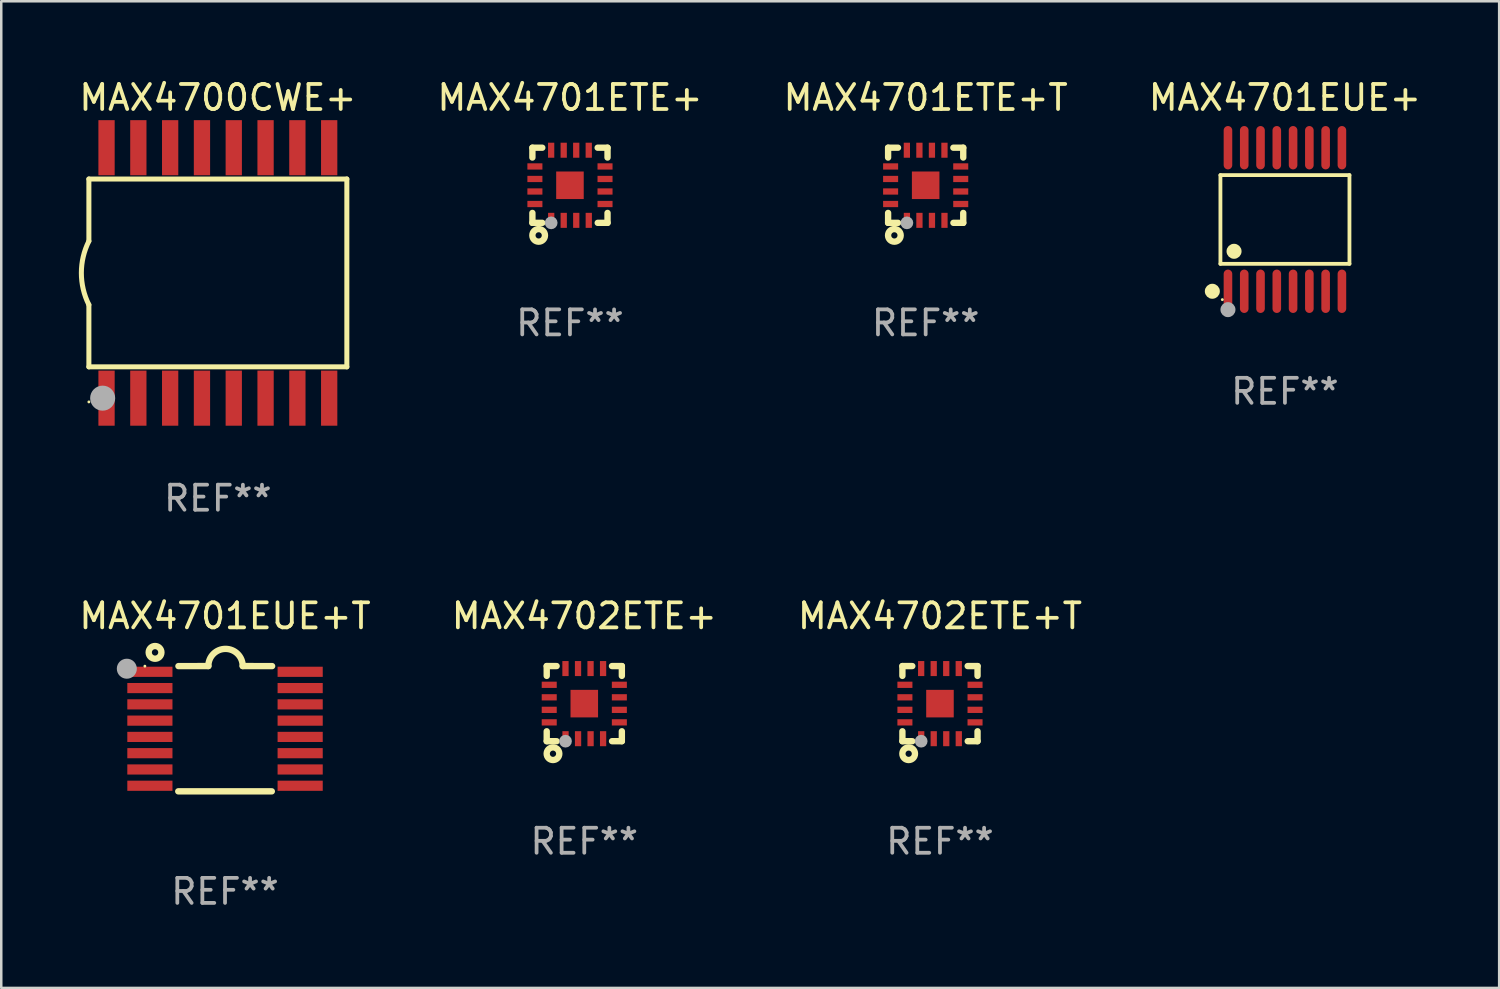
<source format=kicad_pcb>
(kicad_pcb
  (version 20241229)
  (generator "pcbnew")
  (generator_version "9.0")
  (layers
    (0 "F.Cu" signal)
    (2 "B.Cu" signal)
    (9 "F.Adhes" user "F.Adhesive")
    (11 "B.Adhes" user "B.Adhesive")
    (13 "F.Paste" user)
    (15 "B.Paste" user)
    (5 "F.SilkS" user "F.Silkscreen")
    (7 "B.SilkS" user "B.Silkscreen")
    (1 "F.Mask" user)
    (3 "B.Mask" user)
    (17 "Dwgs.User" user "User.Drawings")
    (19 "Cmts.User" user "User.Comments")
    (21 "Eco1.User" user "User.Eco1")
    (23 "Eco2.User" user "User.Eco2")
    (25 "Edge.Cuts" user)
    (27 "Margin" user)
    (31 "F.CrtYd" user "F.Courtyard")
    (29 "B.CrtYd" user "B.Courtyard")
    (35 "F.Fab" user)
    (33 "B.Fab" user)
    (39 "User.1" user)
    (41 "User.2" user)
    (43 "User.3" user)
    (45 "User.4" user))
  (footprint "MAX4701ETE+"
    (layer "F.Cu")
    (at 19.708 4.348)
    (property "Reference" "MAX4701ETE+" (at 0 -3.5 0) (layer "F.SilkS") (effects (font (size 1 1) (thickness 0.15))))
    (attr through_hole)
    (fp_line (start -1.5 -1.5) (end -1.5 -1.108) (stroke (width 0.254) (type solid)) (layer "F.SilkS"))
    (fp_line (start -1.5 -1.5) (end -1.105 -1.5) (stroke (width 0.254) (type solid)) (layer "F.SilkS"))
    (fp_line (start -1.5 1.104) (end -1.5 1.5) (stroke (width 0.254) (type solid)) (layer "F.SilkS"))
    (fp_line (start -1.5 1.5) (end -1.105 1.5) (stroke (width 0.254) (type solid)) (layer "F.SilkS"))
    (fp_line (start 1.106 -1.5) (end 1.5 -1.5) (stroke (width 0.254) (type solid)) (layer "F.SilkS"))
    (fp_line (start 1.108 1.5) (end 1.5 1.5) (stroke (width 0.254) (type solid)) (layer "F.SilkS"))
    (fp_line (start 1.5 -1.108) (end 1.5 -1.5) (stroke (width 0.254) (type solid)) (layer "F.SilkS"))
    (fp_line (start 1.5 1.5) (end 1.5 1.104) (stroke (width 0.254) (type solid)) (layer "F.SilkS"))
    (fp_circle (center -1.5 1.5) (end -1.47 1.5) (stroke (width 0.06) (type solid)) (fill no) (layer "F.SilkS"))
    (fp_circle (center -1.25 2) (end -1.125 2) (stroke (width 0.254) (type solid)) (fill no) (layer "F.SilkS"))
    (fp_circle (center -0.75 1.5) (end -0.623 1.5) (stroke (width 0.254) (type solid)) (fill no) (layer "F.Fab"))
    (fp_text user "REF**" (at 0 5.5 0) (layer "F.Fab") (effects (font (size 1 1) (thickness 0.15))))
    (pad "1" smd rect (at -0.749 1.4 180) (size 0.25 0.6) (layers "F.Cu" "F.Mask" "F.Paste"))
    (pad "2" smd rect (at -0.249 1.4 180) (size 0.25 0.6) (layers "F.Cu" "F.Mask" "F.Paste"))
    (pad "3" smd rect (at 0.251 1.4 180) (size 0.25 0.6) (layers "F.Cu" "F.Mask" "F.Paste"))
    (pad "4" smd rect (at 0.751 1.4 180) (size 0.25 0.6) (layers "F.Cu" "F.Mask" "F.Paste"))
    (pad "5" smd rect (at 1.4 0.748 270) (size 0.25 0.6) (layers "F.Cu" "F.Mask" "F.Paste"))
    (pad "6" smd rect (at 1.4 0.248 270) (size 0.25 0.6) (layers "F.Cu" "F.Mask" "F.Paste"))
    (pad "7" smd rect (at 1.4 -0.252 270) (size 0.25 0.6) (layers "F.Cu" "F.Mask" "F.Paste"))
    (pad "8" smd rect (at 1.4 -0.752 270) (size 0.25 0.6) (layers "F.Cu" "F.Mask" "F.Paste"))
    (pad "9" smd rect (at 0.75 -1.4) (size 0.25 0.6) (layers "F.Cu" "F.Mask" "F.Paste"))
    (pad "10" smd rect (at 0.25 -1.4) (size 0.25 0.6) (layers "F.Cu" "F.Mask" "F.Paste"))
    (pad "11" smd rect (at -0.25 -1.4) (size 0.25 0.6) (layers "F.Cu" "F.Mask" "F.Paste"))
    (pad "12" smd rect (at -0.751 -1.4) (size 0.25 0.6) (layers "F.Cu" "F.Mask" "F.Paste"))
    (pad "13" smd rect (at -1.4 -0.752 90) (size 0.25 0.6) (layers "F.Cu" "F.Mask" "F.Paste"))
    (pad "14" smd rect (at -1.4 -0.252 90) (size 0.25 0.6) (layers "F.Cu" "F.Mask" "F.Paste"))
    (pad "15" smd rect (at -1.4 0.248 90) (size 0.25 0.6) (layers "F.Cu" "F.Mask" "F.Paste"))
    (pad "16" smd rect (at -1.4 0.748 90) (size 0.25 0.6) (layers "F.Cu" "F.Mask" "F.Paste"))
    (pad "17" smd rect (at -0.000241 0.000013 90) (size 1.1 1.1) (layers "F.Cu" "F.Mask" "F.Paste")))
  (footprint "MAX4700CWE+"
    (layer "F.Cu")
    (at 5.649 7.848)
    (property "Reference" "MAX4700CWE+" (at 0 -7 0) (layer "F.SilkS") (effects (font (size 1 1) (thickness 0.15))))
    (attr through_hole)
    (fp_line (start -5.15 -3.75) (end -5.15 -1.27) (stroke (width 0.2) (type solid)) (layer "F.SilkS"))
    (fp_line (start -5.15 -3.75) (end 5.15 -3.75) (stroke (width 0.2) (type solid)) (layer "F.SilkS"))
    (fp_line (start -5.15 3.75) (end -5.15 1.27) (stroke (width 0.2) (type solid)) (layer "F.SilkS"))
    (fp_line (start 5.15 -3.75) (end 5.15 3.75) (stroke (width 0.2) (type solid)) (layer "F.SilkS"))
    (fp_line (start 5.15 3.75) (end -5.15 3.75) (stroke (width 0.2) (type solid)) (layer "F.SilkS"))
    (fp_arc (start -5.151131 1.270003) (mid -5.450556 -0.000132) (end -5.150013 -1.270003) (stroke (width 0.2) (type solid)) (layer "F.SilkS"))
    (fp_circle (center -5.15 5.15) (end -5.12 5.15) (stroke (width 0.06) (type solid)) (fill no) (layer "F.SilkS"))
    (fp_circle (center -4.6 5) (end -4.35 5) (stroke (width 0.5) (type solid)) (fill no) (layer "F.Fab"))
    (fp_text user "REF**" (at 0 9 0) (layer "F.Fab") (effects (font (size 1 1) (thickness 0.15))))
    (pad "1" smd rect (at -4.445 5) (size 0.65 2.2) (layers "F.Cu" "F.Mask" "F.Paste"))
    (pad "2" smd rect (at -3.175 5) (size 0.65 2.2) (layers "F.Cu" "F.Mask" "F.Paste"))
    (pad "3" smd rect (at -1.905 5) (size 0.65 2.2) (layers "F.Cu" "F.Mask" "F.Paste"))
    (pad "4" smd rect (at -0.635 5) (size 0.65 2.2) (layers "F.Cu" "F.Mask" "F.Paste"))
    (pad "5" smd rect (at 0.635 5) (size 0.65 2.2) (layers "F.Cu" "F.Mask" "F.Paste"))
    (pad "6" smd rect (at 1.905 5) (size 0.65 2.2) (layers "F.Cu" "F.Mask" "F.Paste"))
    (pad "7" smd rect (at 3.175 5) (size 0.65 2.2) (layers "F.Cu" "F.Mask" "F.Paste"))
    (pad "8" smd rect (at 4.445 5) (size 0.65 2.2) (layers "F.Cu" "F.Mask" "F.Paste"))
    (pad "9" smd rect (at 4.445 -5) (size 0.65 2.2) (layers "F.Cu" "F.Mask" "F.Paste"))
    (pad "10" smd rect (at 3.175 -5) (size 0.65 2.2) (layers "F.Cu" "F.Mask" "F.Paste"))
    (pad "11" smd rect (at 1.905 -5) (size 0.65 2.2) (layers "F.Cu" "F.Mask" "F.Paste"))
    (pad "12" smd rect (at 0.635 -5) (size 0.65 2.2) (layers "F.Cu" "F.Mask" "F.Paste"))
    (pad "13" smd rect (at -0.635 -5) (size 0.65 2.2) (layers "F.Cu" "F.Mask" "F.Paste"))
    (pad "14" smd rect (at -1.905 -5) (size 0.65 2.2) (layers "F.Cu" "F.Mask" "F.Paste"))
    (pad "15" smd rect (at -3.175 -5) (size 0.65 2.2) (layers "F.Cu" "F.Mask" "F.Paste"))
    (pad "16" smd rect (at -4.445 -5) (size 0.65 2.2) (layers "F.Cu" "F.Mask" "F.Paste")))
  (footprint "MAX4701EUE+"
    (layer "F.Cu")
    (at 48.256 5.714)
    (property "Reference" "MAX4701EUE+" (at 0 -4.866 0) (layer "F.SilkS") (effects (font (size 1 1) (thickness 0.15))))
    (attr through_hole)
    (fp_line (start -2.576 -1.772) (end 2.576 -1.772) (stroke (width 0.152) (type solid)) (layer "F.SilkS"))
    (fp_line (start -2.576 1.771) (end -2.576 -1.772) (stroke (width 0.152) (type solid)) (layer "F.SilkS"))
    (fp_line (start 2.576 -1.772) (end 2.576 1.771) (stroke (width 0.152) (type solid)) (layer "F.SilkS"))
    (fp_line (start 2.576 1.771) (end -2.576 1.771) (stroke (width 0.152) (type solid)) (layer "F.SilkS"))
    (fp_circle (center -2.899 2.866) (end -2.749 2.866) (stroke (width 0.3) (type solid)) (fill no) (layer "F.SilkS"))
    (fp_circle (center -2.5 3.2) (end -2.47 3.2) (stroke (width 0.06) (type solid)) (fill no) (layer "F.SilkS"))
    (fp_circle (center -2.032 1.27) (end -1.882 1.27) (stroke (width 0.3) (type solid)) (fill no) (layer "F.SilkS"))
    (fp_circle (center -2.275 3.6) (end -2.125 3.6) (stroke (width 0.3) (type solid)) (fill no) (layer "F.Fab"))
    (fp_text user "REF**" (at 0 6.866 0) (layer "F.Fab") (effects (font (size 1 1) (thickness 0.15))))
    (pad "1" smd oval (at -2.275 2.866) (size 0.343 1.731) (layers "F.Cu" "F.Mask" "F.Paste"))
    (pad "2" smd oval (at -1.625 2.866) (size 0.343 1.731) (layers "F.Cu" "F.Mask" "F.Paste"))
    (pad "3" smd oval (at -0.975 2.866) (size 0.343 1.731) (layers "F.Cu" "F.Mask" "F.Paste"))
    (pad "4" smd oval (at -0.325 2.866) (size 0.343 1.731) (layers "F.Cu" "F.Mask" "F.Paste"))
    (pad "5" smd oval (at 0.325 2.866) (size 0.343 1.731) (layers "F.Cu" "F.Mask" "F.Paste"))
    (pad "6" smd oval (at 0.975 2.866) (size 0.343 1.731) (layers "F.Cu" "F.Mask" "F.Paste"))
    (pad "7" smd oval (at 1.625 2.866) (size 0.343 1.731) (layers "F.Cu" "F.Mask" "F.Paste"))
    (pad "8" smd oval (at 2.275 2.866) (size 0.343 1.731) (layers "F.Cu" "F.Mask" "F.Paste"))
    (pad "9" smd oval (at 2.275 -2.866) (size 0.343 1.731) (layers "F.Cu" "F.Mask" "F.Paste"))
    (pad "10" smd oval (at 1.625 -2.866) (size 0.343 1.731) (layers "F.Cu" "F.Mask" "F.Paste"))
    (pad "11" smd oval (at 0.975 -2.866) (size 0.343 1.731) (layers "F.Cu" "F.Mask" "F.Paste"))
    (pad "12" smd oval (at 0.325 -2.866) (size 0.343 1.731) (layers "F.Cu" "F.Mask" "F.Paste"))
    (pad "13" smd oval (at -0.325 -2.866) (size 0.343 1.731) (layers "F.Cu" "F.Mask" "F.Paste"))
    (pad "14" smd oval (at -0.975 -2.866) (size 0.343 1.731) (layers "F.Cu" "F.Mask" "F.Paste"))
    (pad "15" smd oval (at -1.625 -2.866) (size 0.343 1.731) (layers "F.Cu" "F.Mask" "F.Paste"))
    (pad "16" smd oval (at -2.275 -2.866) (size 0.343 1.731) (layers "F.Cu" "F.Mask" "F.Paste")))
  (footprint "MAX4701EUE+T"
    (layer "F.Cu")
    (at 5.935 26.046)
    (property "Reference" "MAX4701EUE+T" (at 0 -4.501 0) (layer "F.SilkS") (effects (font (size 1 1) (thickness 0.15))))
    (attr through_hole)
    (fp_line (start -1.868 2.501) (end 1.868 2.501) (stroke (width 0.254) (type solid)) (layer "F.SilkS"))
    (fp_line (start -1.86 -2.499) (end -0.666 -2.501) (stroke (width 0.254) (type solid)) (layer "F.SilkS"))
    (fp_line (start 0.706 -2.501) (end 1.88 -2.499) (stroke (width 0.254) (type solid)) (layer "F.SilkS"))
    (fp_arc (start -0.665914 -2.501448) (mid 0.019888 -3.18725) (end 0.70569 -2.501448) (stroke (width 0.254001) (type solid)) (layer "F.SilkS"))
    (fp_circle (center -3.2 -2.497) (end -3.17 -2.497) (stroke (width 0.06) (type solid)) (fill no) (layer "F.SilkS"))
    (fp_circle (center -2.794 -3.047) (end -2.54 -3.047) (stroke (width 0.254) (type solid)) (fill no) (layer "F.SilkS"))
    (fp_circle (center -3.921 -2.395) (end -3.721 -2.395) (stroke (width 0.4) (type solid)) (fill no) (layer "F.Fab"))
    (fp_text user "REF**" (at 0 6.501 0) (layer "F.Fab") (effects (font (size 1 1) (thickness 0.15))))
    (pad "1" smd rect (at -3 -2.272) (size 1.803 0.406) (layers "F.Cu" "F.Mask" "F.Paste"))
    (pad "2" smd rect (at -3 -1.622) (size 1.803 0.406) (layers "F.Cu" "F.Mask" "F.Paste"))
    (pad "3" smd rect (at -3 -0.972) (size 1.803 0.406) (layers "F.Cu" "F.Mask" "F.Paste"))
    (pad "4" smd rect (at -3 -0.322) (size 1.803 0.406) (layers "F.Cu" "F.Mask" "F.Paste"))
    (pad "5" smd rect (at -3 0.328) (size 1.803 0.406) (layers "F.Cu" "F.Mask" "F.Paste"))
    (pad "6" smd rect (at -3 0.978) (size 1.803 0.406) (layers "F.Cu" "F.Mask" "F.Paste"))
    (pad "7" smd rect (at -3 1.628) (size 1.803 0.406) (layers "F.Cu" "F.Mask" "F.Paste"))
    (pad "8" smd rect (at -3 2.278) (size 1.803 0.406) (layers "F.Cu" "F.Mask" "F.Paste"))
    (pad "9" smd rect (at 3 2.278) (size 1.803 0.406) (layers "F.Cu" "F.Mask" "F.Paste"))
    (pad "10" smd rect (at 3 1.628) (size 1.803 0.406) (layers "F.Cu" "F.Mask" "F.Paste"))
    (pad "11" smd rect (at 3 0.978) (size 1.803 0.406) (layers "F.Cu" "F.Mask" "F.Paste"))
    (pad "12" smd rect (at 3 0.328) (size 1.803 0.406) (layers "F.Cu" "F.Mask" "F.Paste"))
    (pad "13" smd rect (at 3 -0.322) (size 1.803 0.406) (layers "F.Cu" "F.Mask" "F.Paste"))
    (pad "14" smd rect (at 3 -0.972) (size 1.803 0.406) (layers "F.Cu" "F.Mask" "F.Paste"))
    (pad "15" smd rect (at 3 -1.622) (size 1.803 0.406) (layers "F.Cu" "F.Mask" "F.Paste"))
    (pad "16" smd rect (at 3 -2.272) (size 1.803 0.406) (layers "F.Cu" "F.Mask" "F.Paste")))
  (footprint "MAX4702ETE+T"
    (layer "F.Cu")
    (at 34.482 25.045)
    (property "Reference" "MAX4702ETE+T" (at 0 -3.5 0) (layer "F.SilkS") (effects (font (size 1 1) (thickness 0.15))))
    (attr through_hole)
    (fp_line (start -1.5 -1.5) (end -1.5 -1.108) (stroke (width 0.254) (type solid)) (layer "F.SilkS"))
    (fp_line (start -1.5 -1.5) (end -1.105 -1.5) (stroke (width 0.254) (type solid)) (layer "F.SilkS"))
    (fp_line (start -1.5 1.104) (end -1.5 1.5) (stroke (width 0.254) (type solid)) (layer "F.SilkS"))
    (fp_line (start -1.5 1.5) (end -1.105 1.5) (stroke (width 0.254) (type solid)) (layer "F.SilkS"))
    (fp_line (start 1.106 -1.5) (end 1.5 -1.5) (stroke (width 0.254) (type solid)) (layer "F.SilkS"))
    (fp_line (start 1.108 1.5) (end 1.5 1.5) (stroke (width 0.254) (type solid)) (layer "F.SilkS"))
    (fp_line (start 1.5 -1.108) (end 1.5 -1.5) (stroke (width 0.254) (type solid)) (layer "F.SilkS"))
    (fp_line (start 1.5 1.5) (end 1.5 1.104) (stroke (width 0.254) (type solid)) (layer "F.SilkS"))
    (fp_circle (center -1.5 1.5) (end -1.47 1.5) (stroke (width 0.06) (type solid)) (fill no) (layer "F.SilkS"))
    (fp_circle (center -1.25 2) (end -1.125 2) (stroke (width 0.254) (type solid)) (fill no) (layer "F.SilkS"))
    (fp_circle (center -0.75 1.5) (end -0.623 1.5) (stroke (width 0.254) (type solid)) (fill no) (layer "F.Fab"))
    (fp_text user "REF**" (at 0 5.5 0) (layer "F.Fab") (effects (font (size 1 1) (thickness 0.15))))
    (pad "1" smd rect (at -0.749 1.4 180) (size 0.25 0.6) (layers "F.Cu" "F.Mask" "F.Paste"))
    (pad "2" smd rect (at -0.249 1.4 180) (size 0.25 0.6) (layers "F.Cu" "F.Mask" "F.Paste"))
    (pad "3" smd rect (at 0.251 1.4 180) (size 0.25 0.6) (layers "F.Cu" "F.Mask" "F.Paste"))
    (pad "4" smd rect (at 0.751 1.4 180) (size 0.25 0.6) (layers "F.Cu" "F.Mask" "F.Paste"))
    (pad "5" smd rect (at 1.4 0.748 270) (size 0.25 0.6) (layers "F.Cu" "F.Mask" "F.Paste"))
    (pad "6" smd rect (at 1.4 0.248 270) (size 0.25 0.6) (layers "F.Cu" "F.Mask" "F.Paste"))
    (pad "7" smd rect (at 1.4 -0.252 270) (size 0.25 0.6) (layers "F.Cu" "F.Mask" "F.Paste"))
    (pad "8" smd rect (at 1.4 -0.752 270) (size 0.25 0.6) (layers "F.Cu" "F.Mask" "F.Paste"))
    (pad "9" smd rect (at 0.75 -1.4) (size 0.25 0.6) (layers "F.Cu" "F.Mask" "F.Paste"))
    (pad "10" smd rect (at 0.25 -1.4) (size 0.25 0.6) (layers "F.Cu" "F.Mask" "F.Paste"))
    (pad "11" smd rect (at -0.25 -1.4) (size 0.25 0.6) (layers "F.Cu" "F.Mask" "F.Paste"))
    (pad "12" smd rect (at -0.751 -1.4) (size 0.25 0.6) (layers "F.Cu" "F.Mask" "F.Paste"))
    (pad "13" smd rect (at -1.4 -0.752 90) (size 0.25 0.6) (layers "F.Cu" "F.Mask" "F.Paste"))
    (pad "14" smd rect (at -1.4 -0.252 90) (size 0.25 0.6) (layers "F.Cu" "F.Mask" "F.Paste"))
    (pad "15" smd rect (at -1.4 0.248 90) (size 0.25 0.6) (layers "F.Cu" "F.Mask" "F.Paste"))
    (pad "16" smd rect (at -1.4 0.748 90) (size 0.25 0.6) (layers "F.Cu" "F.Mask" "F.Paste"))
    (pad "17" smd rect (at -0.000241 0.000013 90) (size 1.1 1.1) (layers "F.Cu" "F.Mask" "F.Paste")))
  (footprint "MAX4702ETE+"
    (layer "F.Cu")
    (at 20.28 25.045)
    (property "Reference" "MAX4702ETE+" (at 0 -3.5 0) (layer "F.SilkS") (effects (font (size 1 1) (thickness 0.15))))
    (attr through_hole)
    (fp_line (start -1.5 -1.5) (end -1.5 -1.108) (stroke (width 0.254) (type solid)) (layer "F.SilkS"))
    (fp_line (start -1.5 -1.5) (end -1.105 -1.5) (stroke (width 0.254) (type solid)) (layer "F.SilkS"))
    (fp_line (start -1.5 1.104) (end -1.5 1.5) (stroke (width 0.254) (type solid)) (layer "F.SilkS"))
    (fp_line (start -1.5 1.5) (end -1.105 1.5) (stroke (width 0.254) (type solid)) (layer "F.SilkS"))
    (fp_line (start 1.106 -1.5) (end 1.5 -1.5) (stroke (width 0.254) (type solid)) (layer "F.SilkS"))
    (fp_line (start 1.108 1.5) (end 1.5 1.5) (stroke (width 0.254) (type solid)) (layer "F.SilkS"))
    (fp_line (start 1.5 -1.108) (end 1.5 -1.5) (stroke (width 0.254) (type solid)) (layer "F.SilkS"))
    (fp_line (start 1.5 1.5) (end 1.5 1.104) (stroke (width 0.254) (type solid)) (layer "F.SilkS"))
    (fp_circle (center -1.5 1.5) (end -1.47 1.5) (stroke (width 0.06) (type solid)) (fill no) (layer "F.SilkS"))
    (fp_circle (center -1.25 2) (end -1.125 2) (stroke (width 0.254) (type solid)) (fill no) (layer "F.SilkS"))
    (fp_circle (center -0.75 1.5) (end -0.623 1.5) (stroke (width 0.254) (type solid)) (fill no) (layer "F.Fab"))
    (fp_text user "REF**" (at 0 5.5 0) (layer "F.Fab") (effects (font (size 1 1) (thickness 0.15))))
    (pad "1" smd rect (at -0.749 1.4 180) (size 0.25 0.6) (layers "F.Cu" "F.Mask" "F.Paste"))
    (pad "2" smd rect (at -0.249 1.4 180) (size 0.25 0.6) (layers "F.Cu" "F.Mask" "F.Paste"))
    (pad "3" smd rect (at 0.251 1.4 180) (size 0.25 0.6) (layers "F.Cu" "F.Mask" "F.Paste"))
    (pad "4" smd rect (at 0.751 1.4 180) (size 0.25 0.6) (layers "F.Cu" "F.Mask" "F.Paste"))
    (pad "5" smd rect (at 1.4 0.748 270) (size 0.25 0.6) (layers "F.Cu" "F.Mask" "F.Paste"))
    (pad "6" smd rect (at 1.4 0.248 270) (size 0.25 0.6) (layers "F.Cu" "F.Mask" "F.Paste"))
    (pad "7" smd rect (at 1.4 -0.252 270) (size 0.25 0.6) (layers "F.Cu" "F.Mask" "F.Paste"))
    (pad "8" smd rect (at 1.4 -0.752 270) (size 0.25 0.6) (layers "F.Cu" "F.Mask" "F.Paste"))
    (pad "9" smd rect (at 0.75 -1.4) (size 0.25 0.6) (layers "F.Cu" "F.Mask" "F.Paste"))
    (pad "10" smd rect (at 0.25 -1.4) (size 0.25 0.6) (layers "F.Cu" "F.Mask" "F.Paste"))
    (pad "11" smd rect (at -0.25 -1.4) (size 0.25 0.6) (layers "F.Cu" "F.Mask" "F.Paste"))
    (pad "12" smd rect (at -0.751 -1.4) (size 0.25 0.6) (layers "F.Cu" "F.Mask" "F.Paste"))
    (pad "13" smd rect (at -1.4 -0.752 90) (size 0.25 0.6) (layers "F.Cu" "F.Mask" "F.Paste"))
    (pad "14" smd rect (at -1.4 -0.252 90) (size 0.25 0.6) (layers "F.Cu" "F.Mask" "F.Paste"))
    (pad "15" smd rect (at -1.4 0.248 90) (size 0.25 0.6) (layers "F.Cu" "F.Mask" "F.Paste"))
    (pad "16" smd rect (at -1.4 0.748 90) (size 0.25 0.6) (layers "F.Cu" "F.Mask" "F.Paste"))
    (pad "17" smd rect (at -0.000241 0.000013 90) (size 1.1 1.1) (layers "F.Cu" "F.Mask" "F.Paste")))
  (footprint "MAX4701ETE+T"
    (layer "F.Cu")
    (at 33.911 4.348)
    (property "Reference" "MAX4701ETE+T" (at 0 -3.5 0) (layer "F.SilkS") (effects (font (size 1 1) (thickness 0.15))))
    (attr through_hole)
    (fp_line (start -1.5 -1.5) (end -1.5 -1.108) (stroke (width 0.254) (type solid)) (layer "F.SilkS"))
    (fp_line (start -1.5 -1.5) (end -1.105 -1.5) (stroke (width 0.254) (type solid)) (layer "F.SilkS"))
    (fp_line (start -1.5 1.104) (end -1.5 1.5) (stroke (width 0.254) (type solid)) (layer "F.SilkS"))
    (fp_line (start -1.5 1.5) (end -1.105 1.5) (stroke (width 0.254) (type solid)) (layer "F.SilkS"))
    (fp_line (start 1.106 -1.5) (end 1.5 -1.5) (stroke (width 0.254) (type solid)) (layer "F.SilkS"))
    (fp_line (start 1.108 1.5) (end 1.5 1.5) (stroke (width 0.254) (type solid)) (layer "F.SilkS"))
    (fp_line (start 1.5 -1.108) (end 1.5 -1.5) (stroke (width 0.254) (type solid)) (layer "F.SilkS"))
    (fp_line (start 1.5 1.5) (end 1.5 1.104) (stroke (width 0.254) (type solid)) (layer "F.SilkS"))
    (fp_circle (center -1.5 1.5) (end -1.47 1.5) (stroke (width 0.06) (type solid)) (fill no) (layer "F.SilkS"))
    (fp_circle (center -1.25 2) (end -1.125 2) (stroke (width 0.254) (type solid)) (fill no) (layer "F.SilkS"))
    (fp_circle (center -0.75 1.5) (end -0.623 1.5) (stroke (width 0.254) (type solid)) (fill no) (layer "F.Fab"))
    (fp_text user "REF**" (at 0 5.5 0) (layer "F.Fab") (effects (font (size 1 1) (thickness 0.15))))
    (pad "1" smd rect (at -0.749 1.4 180) (size 0.25 0.6) (layers "F.Cu" "F.Mask" "F.Paste"))
    (pad "2" smd rect (at -0.249 1.4 180) (size 0.25 0.6) (layers "F.Cu" "F.Mask" "F.Paste"))
    (pad "3" smd rect (at 0.251 1.4 180) (size 0.25 0.6) (layers "F.Cu" "F.Mask" "F.Paste"))
    (pad "4" smd rect (at 0.751 1.4 180) (size 0.25 0.6) (layers "F.Cu" "F.Mask" "F.Paste"))
    (pad "5" smd rect (at 1.4 0.748 270) (size 0.25 0.6) (layers "F.Cu" "F.Mask" "F.Paste"))
    (pad "6" smd rect (at 1.4 0.248 270) (size 0.25 0.6) (layers "F.Cu" "F.Mask" "F.Paste"))
    (pad "7" smd rect (at 1.4 -0.252 270) (size 0.25 0.6) (layers "F.Cu" "F.Mask" "F.Paste"))
    (pad "8" smd rect (at 1.4 -0.752 270) (size 0.25 0.6) (layers "F.Cu" "F.Mask" "F.Paste"))
    (pad "9" smd rect (at 0.75 -1.4) (size 0.25 0.6) (layers "F.Cu" "F.Mask" "F.Paste"))
    (pad "10" smd rect (at 0.25 -1.4) (size 0.25 0.6) (layers "F.Cu" "F.Mask" "F.Paste"))
    (pad "11" smd rect (at -0.25 -1.4) (size 0.25 0.6) (layers "F.Cu" "F.Mask" "F.Paste"))
    (pad "12" smd rect (at -0.751 -1.4) (size 0.25 0.6) (layers "F.Cu" "F.Mask" "F.Paste"))
    (pad "13" smd rect (at -1.4 -0.752 90) (size 0.25 0.6) (layers "F.Cu" "F.Mask" "F.Paste"))
    (pad "14" smd rect (at -1.4 -0.252 90) (size 0.25 0.6) (layers "F.Cu" "F.Mask" "F.Paste"))
    (pad "15" smd rect (at -1.4 0.248 90) (size 0.25 0.6) (layers "F.Cu" "F.Mask" "F.Paste"))
    (pad "16" smd rect (at -1.4 0.748 90) (size 0.25 0.6) (layers "F.Cu" "F.Mask" "F.Paste"))
    (pad "17" smd rect (at -0.000241 0.000013 90) (size 1.1 1.1) (layers "F.Cu" "F.Mask" "F.Paste")))
  (gr_rect
    (start -3 -3)
    (end 56.81 36.396)
    (stroke (width 0.1) (type default))
    (fill no)
    (layer "Edge.Cuts")))
</source>
